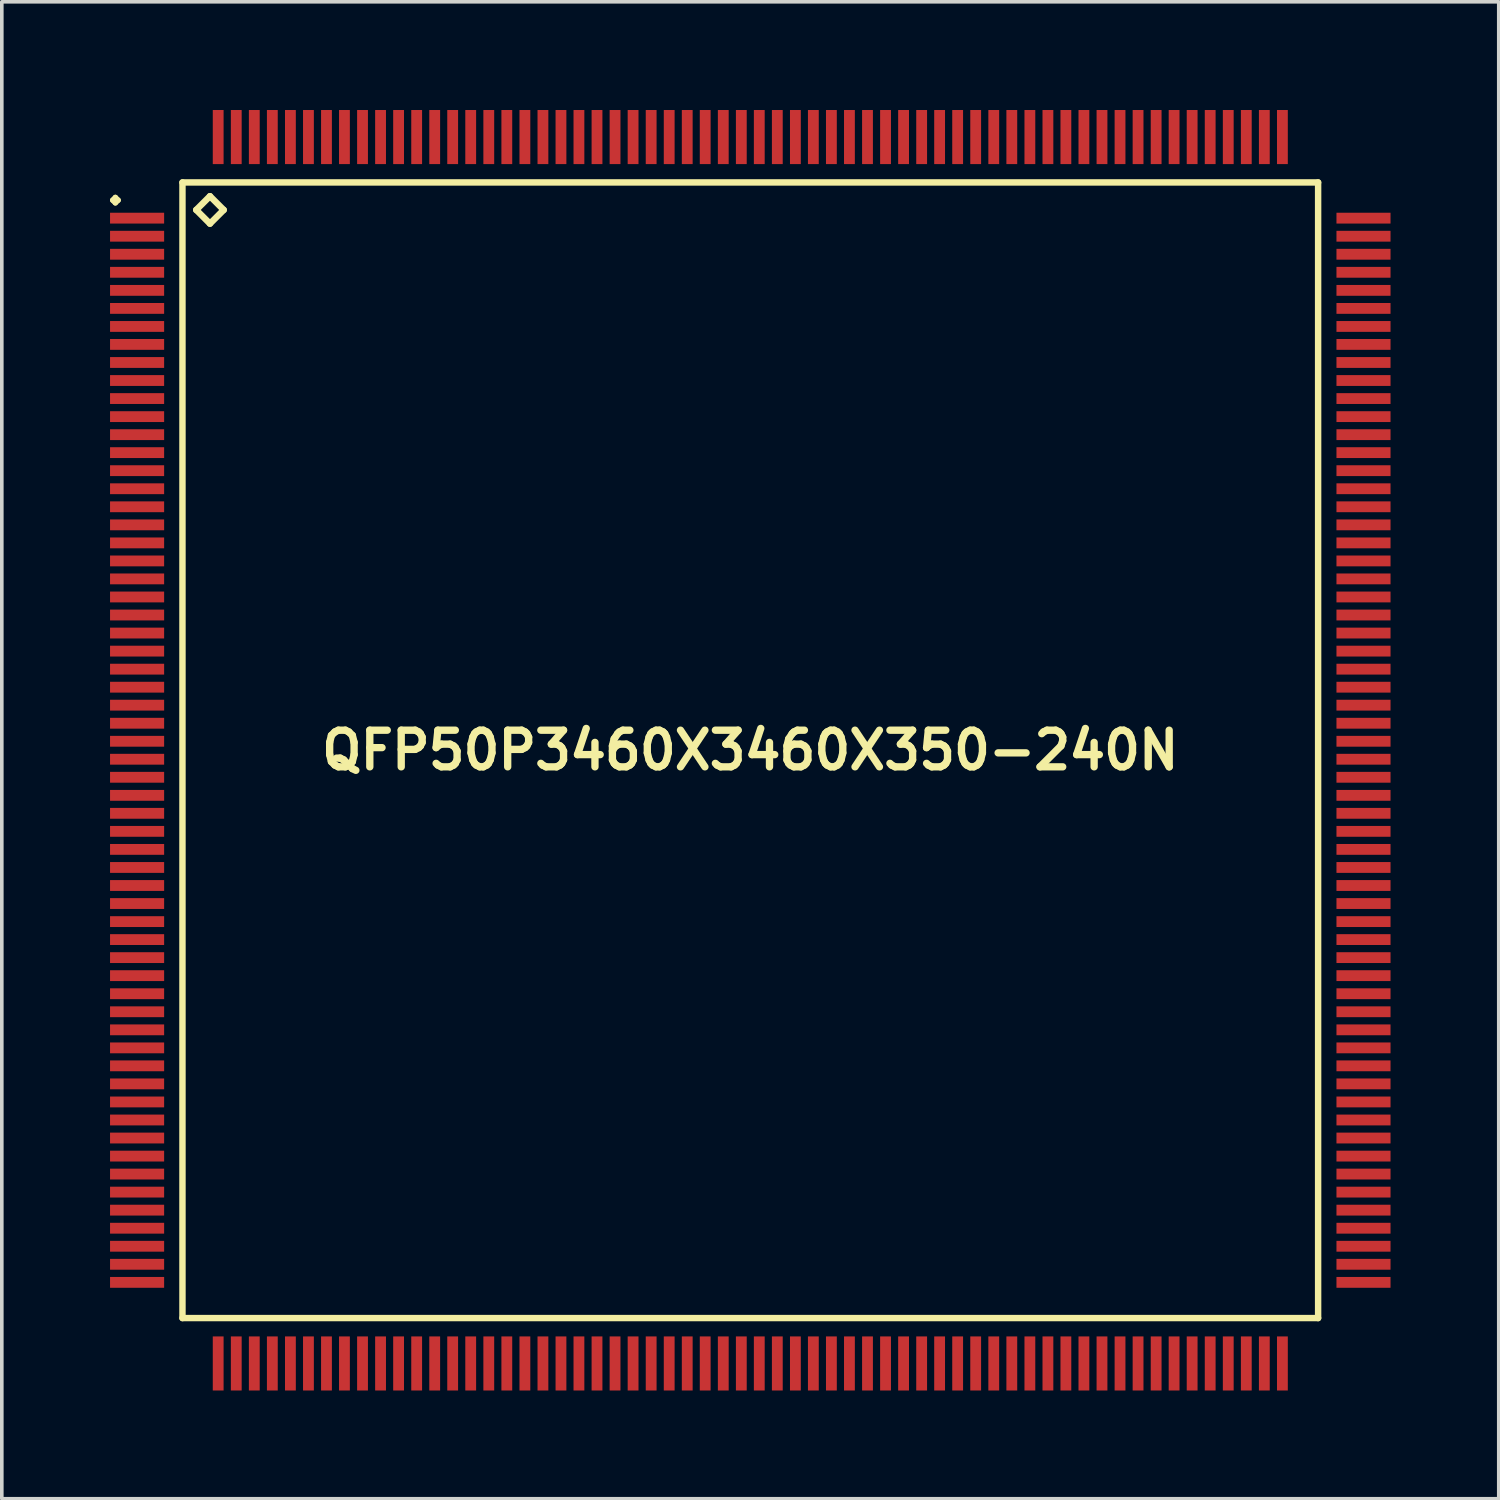
<source format=kicad_pcb>
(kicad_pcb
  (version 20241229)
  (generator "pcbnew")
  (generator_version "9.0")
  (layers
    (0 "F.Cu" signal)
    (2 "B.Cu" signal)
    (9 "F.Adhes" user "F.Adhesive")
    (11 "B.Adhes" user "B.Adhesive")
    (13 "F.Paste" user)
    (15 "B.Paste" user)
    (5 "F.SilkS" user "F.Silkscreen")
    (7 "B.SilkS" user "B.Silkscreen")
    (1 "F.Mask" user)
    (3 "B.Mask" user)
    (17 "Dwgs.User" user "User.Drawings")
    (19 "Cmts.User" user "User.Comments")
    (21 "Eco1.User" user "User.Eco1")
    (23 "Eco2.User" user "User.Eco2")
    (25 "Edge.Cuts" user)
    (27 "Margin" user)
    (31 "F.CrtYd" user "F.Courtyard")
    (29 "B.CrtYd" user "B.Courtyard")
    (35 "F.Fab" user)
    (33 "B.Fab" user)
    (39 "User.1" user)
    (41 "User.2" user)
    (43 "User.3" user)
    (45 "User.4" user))
  (footprint "QFP50P3460X3460X350-240N"
    (layer "F.Cu")
    (at 17.748 17.747)
    (property "Reference" "QFP50P3460X3460X350-240N" (at 0 0 0) (layer "F.SilkS") (effects (font (size 1.016 1.016) (thickness 0.203))))
    (attr smd)
    (fp_line (start -17.673 -15.248) (end -17.6 -15.324) (stroke (width 0.15) (type solid)) (layer "F.SilkS"))
    (fp_line (start -17.6 -15.324) (end -17.523 -15.248) (stroke (width 0.15) (type solid)) (layer "F.SilkS"))
    (fp_line (start -17.6 -15.174) (end -17.673 -15.248) (stroke (width 0.15) (type solid)) (layer "F.SilkS"))
    (fp_line (start -17.523 -15.248) (end -17.6 -15.174) (stroke (width 0.15) (type solid)) (layer "F.SilkS"))
    (fp_line (start -15.74 -15.74) (end -15.74 15.74) (stroke (width 0.178) (type solid)) (layer "F.SilkS"))
    (fp_line (start -15.74 15.74) (end 15.74 15.74) (stroke (width 0.178) (type solid)) (layer "F.SilkS"))
    (fp_line (start -15.359 -14.978) (end -14.978 -15.359) (stroke (width 0.178) (type solid)) (layer "F.SilkS"))
    (fp_line (start -14.978 -15.359) (end -14.597 -14.978) (stroke (width 0.178) (type solid)) (layer "F.SilkS"))
    (fp_line (start -14.978 -14.597) (end -15.359 -14.978) (stroke (width 0.178) (type solid)) (layer "F.SilkS"))
    (fp_line (start -14.597 -14.978) (end -14.978 -14.597) (stroke (width 0.178) (type solid)) (layer "F.SilkS"))
    (fp_line (start 15.74 -15.74) (end -15.74 -15.74) (stroke (width 0.178) (type solid)) (layer "F.SilkS"))
    (fp_line (start 15.74 15.74) (end 15.74 -15.74) (stroke (width 0.178) (type solid)) (layer "F.SilkS"))
    (pad "1" smd rect (at -16.998 -14.75) (size 1.499 0.3) (layers "F.Cu" "F.Mask" "F.Paste"))
    (pad "2" smd rect (at -16.998 -14.249) (size 1.499 0.3) (layers "F.Cu" "F.Mask" "F.Paste"))
    (pad "3" smd rect (at -16.998 -13.749) (size 1.499 0.3) (layers "F.Cu" "F.Mask" "F.Paste"))
    (pad "4" smd rect (at -16.998 -13.249) (size 1.499 0.3) (layers "F.Cu" "F.Mask" "F.Paste"))
    (pad "5" smd rect (at -16.998 -12.748) (size 1.499 0.3) (layers "F.Cu" "F.Mask" "F.Paste"))
    (pad "6" smd rect (at -16.998 -12.248) (size 1.499 0.3) (layers "F.Cu" "F.Mask" "F.Paste"))
    (pad "7" smd rect (at -16.998 -11.748) (size 1.499 0.3) (layers "F.Cu" "F.Mask" "F.Paste"))
    (pad "8" smd rect (at -16.998 -11.25) (size 1.499 0.3) (layers "F.Cu" "F.Mask" "F.Paste"))
    (pad "9" smd rect (at -16.998 -10.749) (size 1.499 0.3) (layers "F.Cu" "F.Mask" "F.Paste"))
    (pad "10" smd rect (at -16.998 -10.249) (size 1.499 0.3) (layers "F.Cu" "F.Mask" "F.Paste"))
    (pad "11" smd rect (at -16.998 -9.749) (size 1.499 0.3) (layers "F.Cu" "F.Mask" "F.Paste"))
    (pad "12" smd rect (at -16.998 -9.248) (size 1.499 0.3) (layers "F.Cu" "F.Mask" "F.Paste"))
    (pad "13" smd rect (at -16.998 -8.748) (size 1.499 0.3) (layers "F.Cu" "F.Mask" "F.Paste"))
    (pad "14" smd rect (at -16.998 -8.25) (size 1.499 0.3) (layers "F.Cu" "F.Mask" "F.Paste"))
    (pad "15" smd rect (at -16.998 -7.75) (size 1.499 0.3) (layers "F.Cu" "F.Mask" "F.Paste"))
    (pad "16" smd rect (at -16.998 -7.249) (size 1.499 0.3) (layers "F.Cu" "F.Mask" "F.Paste"))
    (pad "17" smd rect (at -16.998 -6.749) (size 1.499 0.3) (layers "F.Cu" "F.Mask" "F.Paste"))
    (pad "18" smd rect (at -16.998 -6.248) (size 1.499 0.3) (layers "F.Cu" "F.Mask" "F.Paste"))
    (pad "19" smd rect (at -16.998 -5.748) (size 1.499 0.3) (layers "F.Cu" "F.Mask" "F.Paste"))
    (pad "20" smd rect (at -16.998 -5.248) (size 1.499 0.3) (layers "F.Cu" "F.Mask" "F.Paste"))
    (pad "21" smd rect (at -16.998 -4.75) (size 1.499 0.3) (layers "F.Cu" "F.Mask" "F.Paste"))
    (pad "22" smd rect (at -16.998 -4.249) (size 1.499 0.3) (layers "F.Cu" "F.Mask" "F.Paste"))
    (pad "23" smd rect (at -16.998 -3.749) (size 1.499 0.3) (layers "F.Cu" "F.Mask" "F.Paste"))
    (pad "24" smd rect (at -16.998 -3.249) (size 1.499 0.3) (layers "F.Cu" "F.Mask" "F.Paste"))
    (pad "25" smd rect (at -16.998 -2.748) (size 1.499 0.3) (layers "F.Cu" "F.Mask" "F.Paste"))
    (pad "26" smd rect (at -16.998 -2.248) (size 1.499 0.3) (layers "F.Cu" "F.Mask" "F.Paste"))
    (pad "27" smd rect (at -16.998 -1.748) (size 1.499 0.3) (layers "F.Cu" "F.Mask" "F.Paste"))
    (pad "28" smd rect (at -16.998 -1.25) (size 1.499 0.3) (layers "F.Cu" "F.Mask" "F.Paste"))
    (pad "29" smd rect (at -16.998 -0.749) (size 1.499 0.3) (layers "F.Cu" "F.Mask" "F.Paste"))
    (pad "30" smd rect (at -16.998 -0.249) (size 1.499 0.3) (layers "F.Cu" "F.Mask" "F.Paste"))
    (pad "31" smd rect (at -16.998 0.249) (size 1.499 0.3) (layers "F.Cu" "F.Mask" "F.Paste"))
    (pad "32" smd rect (at -16.998 0.749) (size 1.499 0.3) (layers "F.Cu" "F.Mask" "F.Paste"))
    (pad "33" smd rect (at -16.998 1.25) (size 1.499 0.3) (layers "F.Cu" "F.Mask" "F.Paste"))
    (pad "34" smd rect (at -16.998 1.748) (size 1.499 0.3) (layers "F.Cu" "F.Mask" "F.Paste"))
    (pad "35" smd rect (at -16.998 2.248) (size 1.499 0.3) (layers "F.Cu" "F.Mask" "F.Paste"))
    (pad "36" smd rect (at -16.998 2.748) (size 1.499 0.3) (layers "F.Cu" "F.Mask" "F.Paste"))
    (pad "37" smd rect (at -16.998 3.249) (size 1.499 0.3) (layers "F.Cu" "F.Mask" "F.Paste"))
    (pad "38" smd rect (at -16.998 3.749) (size 1.499 0.3) (layers "F.Cu" "F.Mask" "F.Paste"))
    (pad "39" smd rect (at -16.998 4.249) (size 1.499 0.3) (layers "F.Cu" "F.Mask" "F.Paste"))
    (pad "40" smd rect (at -16.998 4.75) (size 1.499 0.3) (layers "F.Cu" "F.Mask" "F.Paste"))
    (pad "41" smd rect (at -16.998 5.248) (size 1.499 0.3) (layers "F.Cu" "F.Mask" "F.Paste"))
    (pad "42" smd rect (at -16.998 5.748) (size 1.499 0.3) (layers "F.Cu" "F.Mask" "F.Paste"))
    (pad "43" smd rect (at -16.998 6.248) (size 1.499 0.3) (layers "F.Cu" "F.Mask" "F.Paste"))
    (pad "44" smd rect (at -16.998 6.749) (size 1.499 0.3) (layers "F.Cu" "F.Mask" "F.Paste"))
    (pad "45" smd rect (at -16.998 7.249) (size 1.499 0.3) (layers "F.Cu" "F.Mask" "F.Paste"))
    (pad "46" smd rect (at -16.998 7.75) (size 1.499 0.3) (layers "F.Cu" "F.Mask" "F.Paste"))
    (pad "47" smd rect (at -16.998 8.25) (size 1.499 0.3) (layers "F.Cu" "F.Mask" "F.Paste"))
    (pad "48" smd rect (at -16.998 8.748) (size 1.499 0.3) (layers "F.Cu" "F.Mask" "F.Paste"))
    (pad "49" smd rect (at -16.998 9.248) (size 1.499 0.3) (layers "F.Cu" "F.Mask" "F.Paste"))
    (pad "50" smd rect (at -16.998 9.749) (size 1.499 0.3) (layers "F.Cu" "F.Mask" "F.Paste"))
    (pad "51" smd rect (at -16.998 10.249) (size 1.499 0.3) (layers "F.Cu" "F.Mask" "F.Paste"))
    (pad "52" smd rect (at -16.998 10.749) (size 1.499 0.3) (layers "F.Cu" "F.Mask" "F.Paste"))
    (pad "53" smd rect (at -16.998 11.25) (size 1.499 0.3) (layers "F.Cu" "F.Mask" "F.Paste"))
    (pad "54" smd rect (at -16.998 11.748) (size 1.499 0.3) (layers "F.Cu" "F.Mask" "F.Paste"))
    (pad "55" smd rect (at -16.998 12.248) (size 1.499 0.3) (layers "F.Cu" "F.Mask" "F.Paste"))
    (pad "56" smd rect (at -16.998 12.748) (size 1.499 0.3) (layers "F.Cu" "F.Mask" "F.Paste"))
    (pad "57" smd rect (at -16.998 13.249) (size 1.499 0.3) (layers "F.Cu" "F.Mask" "F.Paste"))
    (pad "58" smd rect (at -16.998 13.749) (size 1.499 0.3) (layers "F.Cu" "F.Mask" "F.Paste"))
    (pad "59" smd rect (at -16.998 14.249) (size 1.499 0.3) (layers "F.Cu" "F.Mask" "F.Paste"))
    (pad "60" smd rect (at -16.998 14.75) (size 1.499 0.3) (layers "F.Cu" "F.Mask" "F.Paste"))
    (pad "61" smd rect (at -14.75 16.998) (size 0.3 1.499) (layers "F.Cu" "F.Mask" "F.Paste"))
    (pad "62" smd rect (at -14.249 16.998) (size 0.3 1.499) (layers "F.Cu" "F.Mask" "F.Paste"))
    (pad "63" smd rect (at -13.749 16.998) (size 0.3 1.499) (layers "F.Cu" "F.Mask" "F.Paste"))
    (pad "64" smd rect (at -13.249 16.998) (size 0.3 1.499) (layers "F.Cu" "F.Mask" "F.Paste"))
    (pad "65" smd rect (at -12.748 16.998) (size 0.3 1.499) (layers "F.Cu" "F.Mask" "F.Paste"))
    (pad "66" smd rect (at -12.248 16.998) (size 0.3 1.499) (layers "F.Cu" "F.Mask" "F.Paste"))
    (pad "67" smd rect (at -11.748 16.998) (size 0.3 1.499) (layers "F.Cu" "F.Mask" "F.Paste"))
    (pad "68" smd rect (at -11.25 16.998) (size 0.3 1.499) (layers "F.Cu" "F.Mask" "F.Paste"))
    (pad "69" smd rect (at -10.749 16.998) (size 0.3 1.499) (layers "F.Cu" "F.Mask" "F.Paste"))
    (pad "70" smd rect (at -10.249 16.998) (size 0.3 1.499) (layers "F.Cu" "F.Mask" "F.Paste"))
    (pad "71" smd rect (at -9.749 16.998) (size 0.3 1.499) (layers "F.Cu" "F.Mask" "F.Paste"))
    (pad "72" smd rect (at -9.248 16.998) (size 0.3 1.499) (layers "F.Cu" "F.Mask" "F.Paste"))
    (pad "73" smd rect (at -8.748 16.998) (size 0.3 1.499) (layers "F.Cu" "F.Mask" "F.Paste"))
    (pad "74" smd rect (at -8.25 16.998) (size 0.3 1.499) (layers "F.Cu" "F.Mask" "F.Paste"))
    (pad "75" smd rect (at -7.75 16.998) (size 0.3 1.499) (layers "F.Cu" "F.Mask" "F.Paste"))
    (pad "76" smd rect (at -7.249 16.998) (size 0.3 1.499) (layers "F.Cu" "F.Mask" "F.Paste"))
    (pad "77" smd rect (at -6.749 16.998) (size 0.3 1.499) (layers "F.Cu" "F.Mask" "F.Paste"))
    (pad "78" smd rect (at -6.248 16.998) (size 0.3 1.499) (layers "F.Cu" "F.Mask" "F.Paste"))
    (pad "79" smd rect (at -5.748 16.998) (size 0.3 1.499) (layers "F.Cu" "F.Mask" "F.Paste"))
    (pad "80" smd rect (at -5.248 16.998) (size 0.3 1.499) (layers "F.Cu" "F.Mask" "F.Paste"))
    (pad "81" smd rect (at -4.75 16.998) (size 0.3 1.499) (layers "F.Cu" "F.Mask" "F.Paste"))
    (pad "82" smd rect (at -4.249 16.998) (size 0.3 1.499) (layers "F.Cu" "F.Mask" "F.Paste"))
    (pad "83" smd rect (at -3.749 16.998) (size 0.3 1.499) (layers "F.Cu" "F.Mask" "F.Paste"))
    (pad "84" smd rect (at -3.249 16.998) (size 0.3 1.499) (layers "F.Cu" "F.Mask" "F.Paste"))
    (pad "85" smd rect (at -2.748 16.998) (size 0.3 1.499) (layers "F.Cu" "F.Mask" "F.Paste"))
    (pad "86" smd rect (at -2.248 16.998) (size 0.3 1.499) (layers "F.Cu" "F.Mask" "F.Paste"))
    (pad "87" smd rect (at -1.748 16.998) (size 0.3 1.499) (layers "F.Cu" "F.Mask" "F.Paste"))
    (pad "88" smd rect (at -1.25 16.998) (size 0.3 1.499) (layers "F.Cu" "F.Mask" "F.Paste"))
    (pad "89" smd rect (at -0.749 16.998) (size 0.3 1.499) (layers "F.Cu" "F.Mask" "F.Paste"))
    (pad "90" smd rect (at -0.249 16.998) (size 0.3 1.499) (layers "F.Cu" "F.Mask" "F.Paste"))
    (pad "91" smd rect (at 0.249 16.998) (size 0.3 1.499) (layers "F.Cu" "F.Mask" "F.Paste"))
    (pad "92" smd rect (at 0.749 16.998) (size 0.3 1.499) (layers "F.Cu" "F.Mask" "F.Paste"))
    (pad "93" smd rect (at 1.25 16.998) (size 0.3 1.499) (layers "F.Cu" "F.Mask" "F.Paste"))
    (pad "94" smd rect (at 1.748 16.998) (size 0.3 1.499) (layers "F.Cu" "F.Mask" "F.Paste"))
    (pad "95" smd rect (at 2.248 16.998) (size 0.3 1.499) (layers "F.Cu" "F.Mask" "F.Paste"))
    (pad "96" smd rect (at 2.748 16.998) (size 0.3 1.499) (layers "F.Cu" "F.Mask" "F.Paste"))
    (pad "97" smd rect (at 3.249 16.998) (size 0.3 1.499) (layers "F.Cu" "F.Mask" "F.Paste"))
    (pad "98" smd rect (at 3.749 16.998) (size 0.3 1.499) (layers "F.Cu" "F.Mask" "F.Paste"))
    (pad "99" smd rect (at 4.249 16.998) (size 0.3 1.499) (layers "F.Cu" "F.Mask" "F.Paste"))
    (pad "100" smd rect (at 4.75 16.998) (size 0.3 1.499) (layers "F.Cu" "F.Mask" "F.Paste"))
    (pad "101" smd rect (at 5.248 16.998) (size 0.3 1.499) (layers "F.Cu" "F.Mask" "F.Paste"))
    (pad "102" smd rect (at 5.748 16.998) (size 0.3 1.499) (layers "F.Cu" "F.Mask" "F.Paste"))
    (pad "103" smd rect (at 6.248 16.998) (size 0.3 1.499) (layers "F.Cu" "F.Mask" "F.Paste"))
    (pad "104" smd rect (at 6.749 16.998) (size 0.3 1.499) (layers "F.Cu" "F.Mask" "F.Paste"))
    (pad "105" smd rect (at 7.249 16.998) (size 0.3 1.499) (layers "F.Cu" "F.Mask" "F.Paste"))
    (pad "106" smd rect (at 7.75 16.998) (size 0.3 1.499) (layers "F.Cu" "F.Mask" "F.Paste"))
    (pad "107" smd rect (at 8.25 16.998) (size 0.3 1.499) (layers "F.Cu" "F.Mask" "F.Paste"))
    (pad "108" smd rect (at 8.748 16.998) (size 0.3 1.499) (layers "F.Cu" "F.Mask" "F.Paste"))
    (pad "109" smd rect (at 9.248 16.998) (size 0.3 1.499) (layers "F.Cu" "F.Mask" "F.Paste"))
    (pad "110" smd rect (at 9.749 16.998) (size 0.3 1.499) (layers "F.Cu" "F.Mask" "F.Paste"))
    (pad "111" smd rect (at 10.249 16.998) (size 0.3 1.499) (layers "F.Cu" "F.Mask" "F.Paste"))
    (pad "112" smd rect (at 10.749 16.998) (size 0.3 1.499) (layers "F.Cu" "F.Mask" "F.Paste"))
    (pad "113" smd rect (at 11.25 16.998) (size 0.3 1.499) (layers "F.Cu" "F.Mask" "F.Paste"))
    (pad "114" smd rect (at 11.748 16.998) (size 0.3 1.499) (layers "F.Cu" "F.Mask" "F.Paste"))
    (pad "115" smd rect (at 12.248 16.998) (size 0.3 1.499) (layers "F.Cu" "F.Mask" "F.Paste"))
    (pad "116" smd rect (at 12.748 16.998) (size 0.3 1.499) (layers "F.Cu" "F.Mask" "F.Paste"))
    (pad "117" smd rect (at 13.249 16.998) (size 0.3 1.499) (layers "F.Cu" "F.Mask" "F.Paste"))
    (pad "118" smd rect (at 13.749 16.998) (size 0.3 1.499) (layers "F.Cu" "F.Mask" "F.Paste"))
    (pad "119" smd rect (at 14.249 16.998) (size 0.3 1.499) (layers "F.Cu" "F.Mask" "F.Paste"))
    (pad "120" smd rect (at 14.75 16.998) (size 0.3 1.499) (layers "F.Cu" "F.Mask" "F.Paste"))
    (pad "121" smd rect (at 16.998 14.75) (size 1.499 0.3) (layers "F.Cu" "F.Mask" "F.Paste"))
    (pad "122" smd rect (at 16.998 14.249) (size 1.499 0.3) (layers "F.Cu" "F.Mask" "F.Paste"))
    (pad "123" smd rect (at 16.998 13.749) (size 1.499 0.3) (layers "F.Cu" "F.Mask" "F.Paste"))
    (pad "124" smd rect (at 16.998 13.249) (size 1.499 0.3) (layers "F.Cu" "F.Mask" "F.Paste"))
    (pad "125" smd rect (at 16.998 12.748) (size 1.499 0.3) (layers "F.Cu" "F.Mask" "F.Paste"))
    (pad "126" smd rect (at 16.998 12.248) (size 1.499 0.3) (layers "F.Cu" "F.Mask" "F.Paste"))
    (pad "127" smd rect (at 16.998 11.748) (size 1.499 0.3) (layers "F.Cu" "F.Mask" "F.Paste"))
    (pad "128" smd rect (at 16.998 11.25) (size 1.499 0.3) (layers "F.Cu" "F.Mask" "F.Paste"))
    (pad "129" smd rect (at 16.998 10.749) (size 1.499 0.3) (layers "F.Cu" "F.Mask" "F.Paste"))
    (pad "130" smd rect (at 16.998 10.249) (size 1.499 0.3) (layers "F.Cu" "F.Mask" "F.Paste"))
    (pad "131" smd rect (at 16.998 9.749) (size 1.499 0.3) (layers "F.Cu" "F.Mask" "F.Paste"))
    (pad "132" smd rect (at 16.998 9.248) (size 1.499 0.3) (layers "F.Cu" "F.Mask" "F.Paste"))
    (pad "133" smd rect (at 16.998 8.748) (size 1.499 0.3) (layers "F.Cu" "F.Mask" "F.Paste"))
    (pad "134" smd rect (at 16.998 8.25) (size 1.499 0.3) (layers "F.Cu" "F.Mask" "F.Paste"))
    (pad "135" smd rect (at 16.998 7.75) (size 1.499 0.3) (layers "F.Cu" "F.Mask" "F.Paste"))
    (pad "136" smd rect (at 16.998 7.249) (size 1.499 0.3) (layers "F.Cu" "F.Mask" "F.Paste"))
    (pad "137" smd rect (at 16.998 6.749) (size 1.499 0.3) (layers "F.Cu" "F.Mask" "F.Paste"))
    (pad "138" smd rect (at 16.998 6.248) (size 1.499 0.3) (layers "F.Cu" "F.Mask" "F.Paste"))
    (pad "139" smd rect (at 16.998 5.748) (size 1.499 0.3) (layers "F.Cu" "F.Mask" "F.Paste"))
    (pad "140" smd rect (at 16.998 5.248) (size 1.499 0.3) (layers "F.Cu" "F.Mask" "F.Paste"))
    (pad "141" smd rect (at 16.998 4.75) (size 1.499 0.3) (layers "F.Cu" "F.Mask" "F.Paste"))
    (pad "142" smd rect (at 16.998 4.249) (size 1.499 0.3) (layers "F.Cu" "F.Mask" "F.Paste"))
    (pad "143" smd rect (at 16.998 3.749) (size 1.499 0.3) (layers "F.Cu" "F.Mask" "F.Paste"))
    (pad "144" smd rect (at 16.998 3.249) (size 1.499 0.3) (layers "F.Cu" "F.Mask" "F.Paste"))
    (pad "145" smd rect (at 16.998 2.748) (size 1.499 0.3) (layers "F.Cu" "F.Mask" "F.Paste"))
    (pad "146" smd rect (at 16.998 2.248) (size 1.499 0.3) (layers "F.Cu" "F.Mask" "F.Paste"))
    (pad "147" smd rect (at 16.998 1.748) (size 1.499 0.3) (layers "F.Cu" "F.Mask" "F.Paste"))
    (pad "148" smd rect (at 16.998 1.25) (size 1.499 0.3) (layers "F.Cu" "F.Mask" "F.Paste"))
    (pad "149" smd rect (at 16.998 0.749) (size 1.499 0.3) (layers "F.Cu" "F.Mask" "F.Paste"))
    (pad "150" smd rect (at 16.998 0.249) (size 1.499 0.3) (layers "F.Cu" "F.Mask" "F.Paste"))
    (pad "151" smd rect (at 16.998 -0.249) (size 1.499 0.3) (layers "F.Cu" "F.Mask" "F.Paste"))
    (pad "152" smd rect (at 16.998 -0.749) (size 1.499 0.3) (layers "F.Cu" "F.Mask" "F.Paste"))
    (pad "153" smd rect (at 16.998 -1.25) (size 1.499 0.3) (layers "F.Cu" "F.Mask" "F.Paste"))
    (pad "154" smd rect (at 16.998 -1.748) (size 1.499 0.3) (layers "F.Cu" "F.Mask" "F.Paste"))
    (pad "155" smd rect (at 16.998 -2.248) (size 1.499 0.3) (layers "F.Cu" "F.Mask" "F.Paste"))
    (pad "156" smd rect (at 16.998 -2.748) (size 1.499 0.3) (layers "F.Cu" "F.Mask" "F.Paste"))
    (pad "157" smd rect (at 16.998 -3.249) (size 1.499 0.3) (layers "F.Cu" "F.Mask" "F.Paste"))
    (pad "158" smd rect (at 16.998 -3.749) (size 1.499 0.3) (layers "F.Cu" "F.Mask" "F.Paste"))
    (pad "159" smd rect (at 16.998 -4.249) (size 1.499 0.3) (layers "F.Cu" "F.Mask" "F.Paste"))
    (pad "160" smd rect (at 16.998 -4.75) (size 1.499 0.3) (layers "F.Cu" "F.Mask" "F.Paste"))
    (pad "161" smd rect (at 16.998 -5.248) (size 1.499 0.3) (layers "F.Cu" "F.Mask" "F.Paste"))
    (pad "162" smd rect (at 16.998 -5.748) (size 1.499 0.3) (layers "F.Cu" "F.Mask" "F.Paste"))
    (pad "163" smd rect (at 16.998 -6.248) (size 1.499 0.3) (layers "F.Cu" "F.Mask" "F.Paste"))
    (pad "164" smd rect (at 16.998 -6.749) (size 1.499 0.3) (layers "F.Cu" "F.Mask" "F.Paste"))
    (pad "165" smd rect (at 16.998 -7.249) (size 1.499 0.3) (layers "F.Cu" "F.Mask" "F.Paste"))
    (pad "166" smd rect (at 16.998 -7.75) (size 1.499 0.3) (layers "F.Cu" "F.Mask" "F.Paste"))
    (pad "167" smd rect (at 16.998 -8.25) (size 1.499 0.3) (layers "F.Cu" "F.Mask" "F.Paste"))
    (pad "168" smd rect (at 16.998 -8.748) (size 1.499 0.3) (layers "F.Cu" "F.Mask" "F.Paste"))
    (pad "169" smd rect (at 16.998 -9.248) (size 1.499 0.3) (layers "F.Cu" "F.Mask" "F.Paste"))
    (pad "170" smd rect (at 16.998 -9.749) (size 1.499 0.3) (layers "F.Cu" "F.Mask" "F.Paste"))
    (pad "171" smd rect (at 16.998 -10.249) (size 1.499 0.3) (layers "F.Cu" "F.Mask" "F.Paste"))
    (pad "172" smd rect (at 16.998 -10.749) (size 1.499 0.3) (layers "F.Cu" "F.Mask" "F.Paste"))
    (pad "173" smd rect (at 16.998 -11.25) (size 1.499 0.3) (layers "F.Cu" "F.Mask" "F.Paste"))
    (pad "174" smd rect (at 16.998 -11.748) (size 1.499 0.3) (layers "F.Cu" "F.Mask" "F.Paste"))
    (pad "175" smd rect (at 16.998 -12.248) (size 1.499 0.3) (layers "F.Cu" "F.Mask" "F.Paste"))
    (pad "176" smd rect (at 16.998 -12.748) (size 1.499 0.3) (layers "F.Cu" "F.Mask" "F.Paste"))
    (pad "177" smd rect (at 16.998 -13.249) (size 1.499 0.3) (layers "F.Cu" "F.Mask" "F.Paste"))
    (pad "178" smd rect (at 16.998 -13.749) (size 1.499 0.3) (layers "F.Cu" "F.Mask" "F.Paste"))
    (pad "179" smd rect (at 16.998 -14.249) (size 1.499 0.3) (layers "F.Cu" "F.Mask" "F.Paste"))
    (pad "180" smd rect (at 16.998 -14.75) (size 1.499 0.3) (layers "F.Cu" "F.Mask" "F.Paste"))
    (pad "181" smd rect (at 14.75 -16.998) (size 0.3 1.499) (layers "F.Cu" "F.Mask" "F.Paste"))
    (pad "182" smd rect (at 14.249 -16.998) (size 0.3 1.499) (layers "F.Cu" "F.Mask" "F.Paste"))
    (pad "183" smd rect (at 13.749 -16.998) (size 0.3 1.499) (layers "F.Cu" "F.Mask" "F.Paste"))
    (pad "184" smd rect (at 13.249 -16.998) (size 0.3 1.499) (layers "F.Cu" "F.Mask" "F.Paste"))
    (pad "185" smd rect (at 12.748 -16.998) (size 0.3 1.499) (layers "F.Cu" "F.Mask" "F.Paste"))
    (pad "186" smd rect (at 12.248 -16.998) (size 0.3 1.499) (layers "F.Cu" "F.Mask" "F.Paste"))
    (pad "187" smd rect (at 11.748 -16.998) (size 0.3 1.499) (layers "F.Cu" "F.Mask" "F.Paste"))
    (pad "188" smd rect (at 11.25 -16.998) (size 0.3 1.499) (layers "F.Cu" "F.Mask" "F.Paste"))
    (pad "189" smd rect (at 10.749 -16.998) (size 0.3 1.499) (layers "F.Cu" "F.Mask" "F.Paste"))
    (pad "190" smd rect (at 10.249 -16.998) (size 0.3 1.499) (layers "F.Cu" "F.Mask" "F.Paste"))
    (pad "191" smd rect (at 9.749 -16.998) (size 0.3 1.499) (layers "F.Cu" "F.Mask" "F.Paste"))
    (pad "192" smd rect (at 9.248 -16.998) (size 0.3 1.499) (layers "F.Cu" "F.Mask" "F.Paste"))
    (pad "193" smd rect (at 8.748 -16.998) (size 0.3 1.499) (layers "F.Cu" "F.Mask" "F.Paste"))
    (pad "194" smd rect (at 8.25 -16.998) (size 0.3 1.499) (layers "F.Cu" "F.Mask" "F.Paste"))
    (pad "195" smd rect (at 7.75 -16.998) (size 0.3 1.499) (layers "F.Cu" "F.Mask" "F.Paste"))
    (pad "196" smd rect (at 7.249 -16.998) (size 0.3 1.499) (layers "F.Cu" "F.Mask" "F.Paste"))
    (pad "197" smd rect (at 6.749 -16.998) (size 0.3 1.499) (layers "F.Cu" "F.Mask" "F.Paste"))
    (pad "198" smd rect (at 6.248 -16.998) (size 0.3 1.499) (layers "F.Cu" "F.Mask" "F.Paste"))
    (pad "199" smd rect (at 5.748 -16.998) (size 0.3 1.499) (layers "F.Cu" "F.Mask" "F.Paste"))
    (pad "200" smd rect (at 5.248 -16.998) (size 0.3 1.499) (layers "F.Cu" "F.Mask" "F.Paste"))
    (pad "201" smd rect (at 4.75 -16.998) (size 0.3 1.499) (layers "F.Cu" "F.Mask" "F.Paste"))
    (pad "202" smd rect (at 4.249 -16.998) (size 0.3 1.499) (layers "F.Cu" "F.Mask" "F.Paste"))
    (pad "203" smd rect (at 3.749 -16.998) (size 0.3 1.499) (layers "F.Cu" "F.Mask" "F.Paste"))
    (pad "204" smd rect (at 3.249 -16.998) (size 0.3 1.499) (layers "F.Cu" "F.Mask" "F.Paste"))
    (pad "205" smd rect (at 2.748 -16.998) (size 0.3 1.499) (layers "F.Cu" "F.Mask" "F.Paste"))
    (pad "206" smd rect (at 2.248 -16.998) (size 0.3 1.499) (layers "F.Cu" "F.Mask" "F.Paste"))
    (pad "207" smd rect (at 1.748 -16.998) (size 0.3 1.499) (layers "F.Cu" "F.Mask" "F.Paste"))
    (pad "208" smd rect (at 1.25 -16.998) (size 0.3 1.499) (layers "F.Cu" "F.Mask" "F.Paste"))
    (pad "209" smd rect (at 0.749 -16.998) (size 0.3 1.499) (layers "F.Cu" "F.Mask" "F.Paste"))
    (pad "210" smd rect (at 0.249 -16.998) (size 0.3 1.499) (layers "F.Cu" "F.Mask" "F.Paste"))
    (pad "211" smd rect (at -0.249 -16.998) (size 0.3 1.499) (layers "F.Cu" "F.Mask" "F.Paste"))
    (pad "212" smd rect (at -0.749 -16.998) (size 0.3 1.499) (layers "F.Cu" "F.Mask" "F.Paste"))
    (pad "213" smd rect (at -1.25 -16.998) (size 0.3 1.499) (layers "F.Cu" "F.Mask" "F.Paste"))
    (pad "214" smd rect (at -1.748 -16.998) (size 0.3 1.499) (layers "F.Cu" "F.Mask" "F.Paste"))
    (pad "215" smd rect (at -2.248 -16.998) (size 0.3 1.499) (layers "F.Cu" "F.Mask" "F.Paste"))
    (pad "216" smd rect (at -2.748 -16.998) (size 0.3 1.499) (layers "F.Cu" "F.Mask" "F.Paste"))
    (pad "217" smd rect (at -3.249 -16.998) (size 0.3 1.499) (layers "F.Cu" "F.Mask" "F.Paste"))
    (pad "218" smd rect (at -3.749 -16.998) (size 0.3 1.499) (layers "F.Cu" "F.Mask" "F.Paste"))
    (pad "219" smd rect (at -4.249 -16.998) (size 0.3 1.499) (layers "F.Cu" "F.Mask" "F.Paste"))
    (pad "220" smd rect (at -4.75 -16.998) (size 0.3 1.499) (layers "F.Cu" "F.Mask" "F.Paste"))
    (pad "221" smd rect (at -5.248 -16.998) (size 0.3 1.499) (layers "F.Cu" "F.Mask" "F.Paste"))
    (pad "222" smd rect (at -5.748 -16.998) (size 0.3 1.499) (layers "F.Cu" "F.Mask" "F.Paste"))
    (pad "223" smd rect (at -6.248 -16.998) (size 0.3 1.499) (layers "F.Cu" "F.Mask" "F.Paste"))
    (pad "224" smd rect (at -6.749 -16.998) (size 0.3 1.499) (layers "F.Cu" "F.Mask" "F.Paste"))
    (pad "225" smd rect (at -7.249 -16.998) (size 0.3 1.499) (layers "F.Cu" "F.Mask" "F.Paste"))
    (pad "226" smd rect (at -7.75 -16.998) (size 0.3 1.499) (layers "F.Cu" "F.Mask" "F.Paste"))
    (pad "227" smd rect (at -8.25 -16.998) (size 0.3 1.499) (layers "F.Cu" "F.Mask" "F.Paste"))
    (pad "228" smd rect (at -8.748 -16.998) (size 0.3 1.499) (layers "F.Cu" "F.Mask" "F.Paste"))
    (pad "229" smd rect (at -9.248 -16.998) (size 0.3 1.499) (layers "F.Cu" "F.Mask" "F.Paste"))
    (pad "230" smd rect (at -9.749 -16.998) (size 0.3 1.499) (layers "F.Cu" "F.Mask" "F.Paste"))
    (pad "231" smd rect (at -10.249 -16.998) (size 0.3 1.499) (layers "F.Cu" "F.Mask" "F.Paste"))
    (pad "232" smd rect (at -10.749 -16.998) (size 0.3 1.499) (layers "F.Cu" "F.Mask" "F.Paste"))
    (pad "233" smd rect (at -11.25 -16.998) (size 0.3 1.499) (layers "F.Cu" "F.Mask" "F.Paste"))
    (pad "234" smd rect (at -11.748 -16.998) (size 0.3 1.499) (layers "F.Cu" "F.Mask" "F.Paste"))
    (pad "235" smd rect (at -12.248 -16.998) (size 0.3 1.499) (layers "F.Cu" "F.Mask" "F.Paste"))
    (pad "236" smd rect (at -12.748 -16.998) (size 0.3 1.499) (layers "F.Cu" "F.Mask" "F.Paste"))
    (pad "237" smd rect (at -13.249 -16.998) (size 0.3 1.499) (layers "F.Cu" "F.Mask" "F.Paste"))
    (pad "238" smd rect (at -13.749 -16.998) (size 0.3 1.499) (layers "F.Cu" "F.Mask" "F.Paste"))
    (pad "239" smd rect (at -14.249 -16.998) (size 0.3 1.499) (layers "F.Cu" "F.Mask" "F.Paste"))
    (pad "240" smd rect (at -14.75 -16.998) (size 0.3 1.499) (layers "F.Cu" "F.Mask" "F.Paste")))
  (gr_rect
    (start -3 -3)
    (end 38.495 38.494)
    (stroke (width 0.1) (type default))
    (fill no)
    (layer "Edge.Cuts")))
</source>
